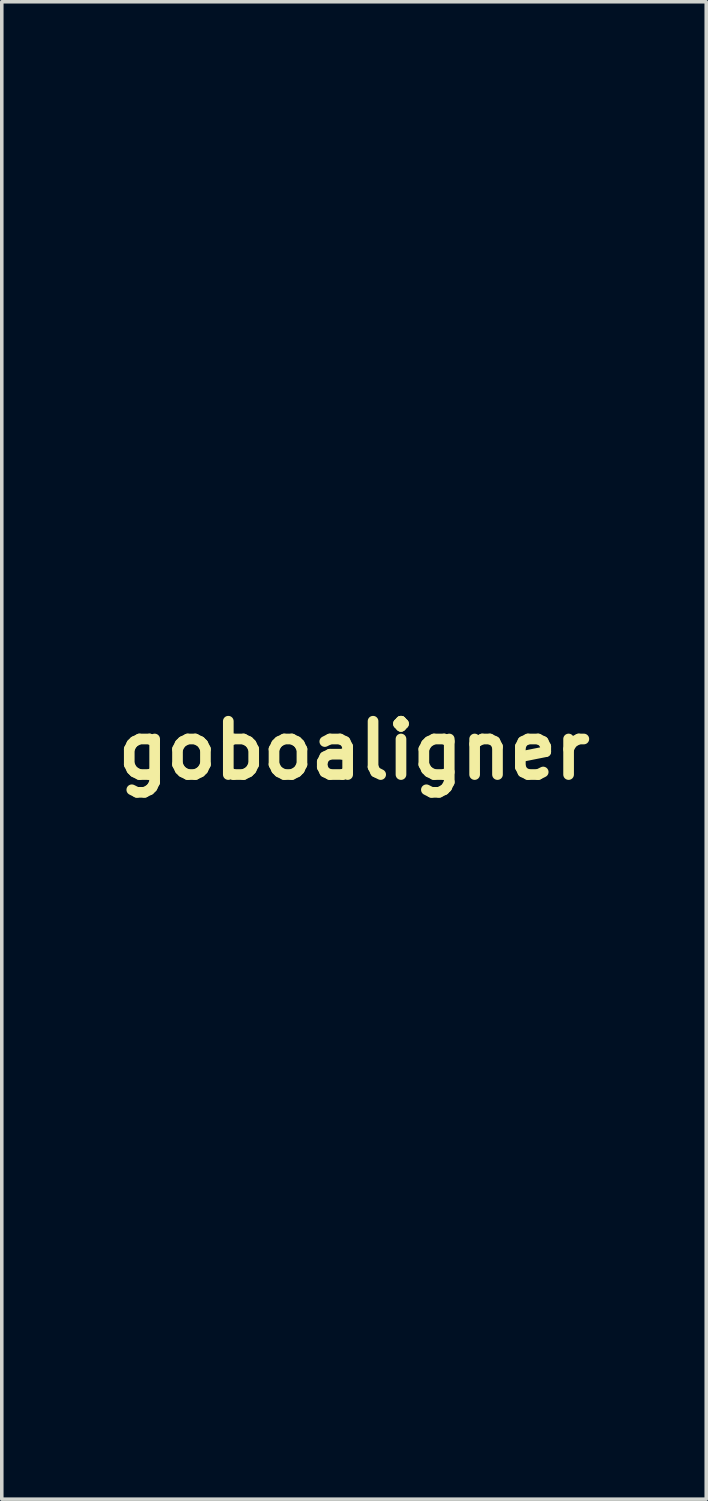
<source format=kicad_pcb>
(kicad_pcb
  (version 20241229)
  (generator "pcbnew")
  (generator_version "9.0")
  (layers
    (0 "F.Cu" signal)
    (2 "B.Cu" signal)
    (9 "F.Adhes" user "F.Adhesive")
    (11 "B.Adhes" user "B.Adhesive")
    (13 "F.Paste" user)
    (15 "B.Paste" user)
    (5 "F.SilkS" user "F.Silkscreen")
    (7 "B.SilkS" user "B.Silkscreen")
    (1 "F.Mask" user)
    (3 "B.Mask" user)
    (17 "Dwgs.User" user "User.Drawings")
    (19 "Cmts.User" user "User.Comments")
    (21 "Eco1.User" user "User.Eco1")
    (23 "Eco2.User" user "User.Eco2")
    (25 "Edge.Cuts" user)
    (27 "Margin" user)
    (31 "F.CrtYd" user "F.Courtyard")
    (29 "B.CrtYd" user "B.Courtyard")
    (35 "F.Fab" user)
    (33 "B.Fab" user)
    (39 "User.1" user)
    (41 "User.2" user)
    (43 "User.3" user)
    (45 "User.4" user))
  (footprint "goboaligner"
    (layer "F.Cu")
    (at 6.907 18.057)
    (property "Reference" "goboaligner" (at 0 0 0) (layer "F.SilkS") (effects (font (size 1.5 1.5) (thickness 0.3))))
    (attr board_only exclude_from_pos_files exclude_from_bom)
    (fp_poly (pts (xy -0.513 -18.056) (xy -0.489 -18.049) (xy -0.45 -18.039) (xy -0.398 -18.024) (xy -0.332 -18.006) (xy -0.254 -17.985) (xy -0.164 -17.96) (xy -0.063 -17.932) (xy 0.048 -17.902) (xy 0.168 -17.868) (xy 0.297 -17.833) (xy 0.434 -17.795) (xy 0.578 -17.755) (xy 0.728 -17.713) (xy 0.884 -17.67) (xy 1.045 -17.626) (xy 1.209 -17.58) (xy 1.377 -17.533) (xy 1.547 -17.486) (xy 1.718 -17.438) (xy 1.891 -17.39) (xy 2.064 -17.342) (xy 2.236 -17.295) (xy 2.407 -17.247) (xy 2.575 -17.2) (xy 2.741 -17.154) (xy 2.902 -17.109) (xy 3.06 -17.065) (xy 3.212 -17.023) (xy 3.358 -16.982) (xy 3.497 -16.943) (xy 3.628 -16.906) (xy 3.752 -16.872) (xy 3.866 -16.84) (xy 3.97 -16.811) (xy 4.063 -16.785) (xy 4.146 -16.762) (xy 4.215 -16.742) (xy 4.272 -16.726) (xy 4.315 -16.714) (xy 4.344 -16.705) (xy 4.357 -16.701) (xy 4.358 -16.701) (xy 4.357 -16.693) (xy 4.351 -16.67) (xy 4.343 -16.634) (xy 4.331 -16.588) (xy 4.318 -16.533) (xy 4.302 -16.471) (xy 4.288 -16.416) (xy 4.056 -15.477) (xy 3.84 -14.54) (xy 3.641 -13.605) (xy 3.459 -12.672) (xy 3.294 -11.742) (xy 3.145 -10.814) (xy 3.013 -9.888) (xy 2.898 -8.965) (xy 2.8 -8.044) (xy 2.719 -7.125) (xy 2.654 -6.208) (xy 2.606 -5.293) (xy 2.591 -4.906) (xy 2.582 -4.638) (xy 2.576 -4.356) (xy 2.57 -4.063) (xy 2.567 -3.761) (xy 2.565 -3.455) (xy 2.564 -3.147) (xy 2.565 -2.839) (xy 2.568 -2.535) (xy 2.572 -2.238) (xy 2.578 -1.949) (xy 2.586 -1.674) (xy 2.591 -1.524) (xy 2.631 -0.628) (xy 2.688 0.265) (xy 2.761 1.154) (xy 2.851 2.041) (xy 2.958 2.925) (xy 3.081 3.807) (xy 3.221 4.686) (xy 3.378 5.563) (xy 3.551 6.437) (xy 3.742 7.31) (xy 3.949 8.181) (xy 4.172 9.05) (xy 4.413 9.918) (xy 4.645 10.702) (xy 4.87 11.418) (xy 5.109 12.139) (xy 5.36 12.861) (xy 5.622 13.581) (xy 5.894 14.297) (xy 6.175 15.003) (xy 6.426 15.608) (xy 6.465 15.699) (xy 6.497 15.775) (xy 6.524 15.839) (xy 6.545 15.89) (xy 6.562 15.931) (xy 6.575 15.962) (xy 6.584 15.985) (xy 6.59 16.001) (xy 6.594 16.012) (xy 6.595 16.018) (xy 6.595 16.021) (xy 6.595 16.022) (xy 6.587 16.025) (xy 6.564 16.035) (xy 6.527 16.052) (xy 6.478 16.074) (xy 6.416 16.101) (xy 6.342 16.134) (xy 6.257 16.171) (xy 6.163 16.213) (xy 6.059 16.259) (xy 5.947 16.308) (xy 5.827 16.361) (xy 5.7 16.417) (xy 5.567 16.476) (xy 5.429 16.536) (xy 5.286 16.599) (xy 5.22 16.628) (xy 5.025 16.714) (xy 4.845 16.794) (xy 4.677 16.867) (xy 4.52 16.937) (xy 4.372 17.001) (xy 4.233 17.063) (xy 4.101 17.121) (xy 3.973 17.177) (xy 3.849 17.232) (xy 3.728 17.285) (xy 3.607 17.339) (xy 3.485 17.392) (xy 3.361 17.447) (xy 3.233 17.503) (xy 3.1 17.562) (xy 2.96 17.623) (xy 2.812 17.689) (xy 2.655 17.758) (xy 2.486 17.832) (xy 2.444 17.851) (xy 2.359 17.888) (xy 2.28 17.923) (xy 2.206 17.955) (xy 2.14 17.984) (xy 2.082 18.009) (xy 2.034 18.03) (xy 1.998 18.046) (xy 1.974 18.056) (xy 1.965 18.059) (xy 1.965 18.059) (xy 1.957 18.053) (xy 1.948 18.036) (xy 1.948 18.036) (xy 1.937 18.012) (xy 1.92 17.973) (xy 1.898 17.923) (xy 1.872 17.862) (xy 1.842 17.792) (xy 1.81 17.716) (xy 1.775 17.635) (xy 1.74 17.551) (xy 1.704 17.465) (xy 1.668 17.38) (xy 1.639 17.31) (xy 1.279 16.427) (xy 0.935 15.537) (xy 0.607 14.642) (xy 0.295 13.741) (xy -0.001 12.835) (xy -0.281 11.924) (xy -0.545 11.008) (xy -0.792 10.088) (xy -1.024 9.164) (xy -1.239 8.236) (xy -1.437 7.305) (xy -1.619 6.37) (xy -1.784 5.433) (xy -1.786 5.423) (xy -1.802 5.326) (xy -1.818 5.226) (xy -1.835 5.125) (xy -1.851 5.025) (xy -1.866 4.928) (xy -1.881 4.837) (xy -1.894 4.754) (xy -1.905 4.68) (xy -1.915 4.618) (xy -1.921 4.571) (xy -1.923 4.561) (xy -1.928 4.525) (xy -1.934 4.502) (xy -1.94 4.49) (xy -1.947 4.487) (xy -1.956 4.489) (xy -1.982 4.492) (xy -2.023 4.498) (xy -2.078 4.506) (xy -2.147 4.516) (xy -2.229 4.528) (xy -2.324 4.542) (xy -2.43 4.557) (xy -2.547 4.575) (xy -2.674 4.593) (xy -2.81 4.613) (xy -2.955 4.635) (xy -3.107 4.657) (xy -3.267 4.681) (xy -3.433 4.705) (xy -3.605 4.73) (xy -3.781 4.757) (xy -3.908 4.775) (xy -4.088 4.802) (xy -4.263 4.828) (xy -4.434 4.853) (xy -4.599 4.877) (xy -4.757 4.901) (xy -4.909 4.923) (xy -5.052 4.944) (xy -5.187 4.964) (xy -5.312 4.983) (xy -5.427 5) (xy -5.531 5.015) (xy -5.623 5.029) (xy -5.703 5.041) (xy -5.77 5.05) (xy -5.823 5.058) (xy -5.86 5.064) (xy -5.883 5.067) (xy -5.889 5.068) (xy -5.923 5.073) (xy -5.959 4.85) (xy -6.076 4.076) (xy -6.182 3.295) (xy -6.275 2.506) (xy -6.356 1.707) (xy -6.425 0.899) (xy -6.482 0.081) (xy -6.527 -0.748) (xy -6.56 -1.588) (xy -6.562 -1.647) (xy -6.568 -1.845) (xy -6.573 -2.038) (xy -6.577 -2.23) (xy -6.58 -2.422) (xy -6.583 -2.618) (xy -6.585 -2.82) (xy -6.586 -3.032) (xy -6.587 -3.255) (xy -6.587 -3.424) (xy -6.587 -4.013) (xy -6.452 -4.013) (xy -6.452 -3.515) (xy -6.445 -2.633) (xy -6.426 -1.76) (xy -6.394 -0.898) (xy -6.35 -0.046) (xy -6.293 0.796) (xy -6.223 1.626) (xy -6.141 2.446) (xy -6.046 3.255) (xy -5.939 4.053) (xy -5.867 4.533) (xy -5.855 4.611) (xy -5.844 4.684) (xy -5.833 4.749) (xy -5.824 4.806) (xy -5.817 4.853) (xy -5.811 4.888) (xy -5.807 4.909) (xy -5.806 4.915) (xy -5.798 4.914) (xy -5.774 4.911) (xy -5.738 4.906) (xy -5.69 4.899) (xy -5.634 4.891) (xy -5.57 4.881) (xy -5.503 4.871) (xy -5.454 4.864) (xy -5.389 4.854) (xy -5.31 4.843) (xy -5.219 4.829) (xy -5.118 4.814) (xy -5.008 4.798) (xy -4.89 4.781) (xy -4.767 4.762) (xy -4.639 4.743) (xy -4.508 4.724) (xy -4.376 4.704) (xy -4.255 4.687) (xy -4.125 4.667) (xy -3.996 4.648) (xy -3.87 4.63) (xy -3.747 4.612) (xy -3.631 4.594) (xy -3.521 4.578) (xy -3.419 4.563) (xy -3.327 4.549) (xy -3.246 4.537) (xy -3.177 4.527) (xy -3.122 4.519) (xy -3.083 4.513) (xy -3.082 4.513) (xy -2.902 4.486) (xy -2.738 4.462) (xy -2.59 4.44) (xy -2.457 4.42) (xy -2.339 4.403) (xy -2.234 4.388) (xy -2.143 4.374) (xy -2.064 4.363) (xy -1.997 4.354) (xy -1.942 4.346) (xy -1.898 4.34) (xy -1.865 4.336) (xy -1.841 4.334) (xy -1.826 4.332) (xy -1.82 4.333) (xy -1.82 4.333) (xy -1.817 4.343) (xy -1.813 4.367) (xy -1.806 4.403) (xy -1.799 4.448) (xy -1.791 4.5) (xy -1.787 4.525) (xy -1.738 4.853) (xy -1.683 5.195) (xy -1.624 5.547) (xy -1.561 5.907) (xy -1.495 6.273) (xy -1.425 6.642) (xy -1.353 7.012) (xy -1.308 7.239) (xy -1.124 8.11) (xy -0.924 8.982) (xy -0.709 9.854) (xy -0.478 10.724) (xy -0.233 11.592) (xy 0.027 12.456) (xy 0.301 13.315) (xy 0.588 14.168) (xy 0.889 15.013) (xy 1.202 15.85) (xy 1.529 16.677) (xy 1.867 17.494) (xy 1.897 17.564) (xy 1.924 17.628) (xy 1.95 17.687) (xy 1.972 17.741) (xy 1.992 17.787) (xy 2.007 17.822) (xy 2.017 17.846) (xy 2.02 17.854) (xy 2.032 17.881) (xy 2.081 17.859) (xy 2.092 17.854) (xy 2.119 17.842) (xy 2.16 17.824) (xy 2.214 17.8) (xy 2.282 17.77) (xy 2.361 17.735) (xy 2.453 17.695) (xy 2.555 17.65) (xy 2.668 17.6) (xy 2.79 17.546) (xy 2.921 17.488) (xy 3.061 17.427) (xy 3.209 17.362) (xy 3.364 17.294) (xy 3.525 17.223) (xy 3.692 17.149) (xy 3.864 17.073) (xy 4.041 16.995) (xy 4.222 16.915) (xy 4.271 16.894) (xy 4.453 16.814) (xy 4.63 16.736) (xy 4.802 16.66) (xy 4.969 16.586) (xy 5.13 16.515) (xy 5.285 16.447) (xy 5.432 16.382) (xy 5.572 16.32) (xy 5.703 16.262) (xy 5.825 16.208) (xy 5.938 16.159) (xy 6.04 16.114) (xy 6.131 16.073) (xy 6.211 16.038) (xy 6.279 16.008) (xy 6.333 15.984) (xy 6.375 15.966) (xy 6.402 15.954) (xy 6.415 15.948) (xy 6.415 15.948) (xy 6.413 15.94) (xy 6.405 15.919) (xy 6.391 15.887) (xy 6.375 15.846) (xy 6.355 15.799) (xy 6.349 15.786) (xy 6.032 15.023) (xy 5.726 14.251) (xy 5.432 13.472) (xy 5.151 12.689) (xy 4.883 11.903) (xy 4.629 11.117) (xy 4.389 10.333) (xy 4.246 9.838) (xy 4.008 8.971) (xy 3.787 8.103) (xy 3.582 7.235) (xy 3.394 6.366) (xy 3.224 5.495) (xy 3.069 4.622) (xy 2.931 3.748) (xy 2.81 2.87) (xy 2.706 1.99) (xy 2.617 1.107) (xy 2.545 0.22) (xy 2.489 -0.671) (xy 2.456 -1.41) (xy 2.45 -1.547) (xy 2.446 -1.678) (xy 2.442 -1.803) (xy 2.439 -1.925) (xy 2.436 -2.047) (xy 2.433 -2.169) (xy 2.431 -2.294) (xy 2.43 -2.425) (xy 2.428 -2.562) (xy 2.427 -2.708) (xy 2.427 -2.866) (xy 2.426 -3.036) (xy 2.426 -3.213) (xy 2.426 -3.39) (xy 2.427 -3.552) (xy 2.427 -3.702) (xy 2.428 -3.841) (xy 2.429 -3.971) (xy 2.431 -4.094) (xy 2.432 -4.214) (xy 2.435 -4.331) (xy 2.437 -4.448) (xy 2.441 -4.567) (xy 2.444 -4.69) (xy 2.449 -4.819) (xy 2.454 -4.956) (xy 2.459 -5.103) (xy 2.46 -5.122) (xy 2.503 -6.015) (xy 2.562 -6.911) (xy 2.637 -7.811) (xy 2.729 -8.714) (xy 2.837 -9.62) (xy 2.962 -10.53) (xy 3.104 -11.444) (xy 3.261 -12.362) (xy 3.436 -13.283) (xy 3.626 -14.208) (xy 3.833 -15.136) (xy 4.057 -16.069) (xy 4.098 -16.231) (xy 4.117 -16.307) (xy 4.134 -16.378) (xy 4.149 -16.442) (xy 4.162 -16.498) (xy 4.173 -16.544) (xy 4.18 -16.578) (xy 4.184 -16.598) (xy 4.184 -16.604) (xy 4.176 -16.607) (xy 4.151 -16.614) (xy 4.113 -16.625) (xy 4.06 -16.64) (xy 3.994 -16.658) (xy 3.916 -16.68) (xy 3.826 -16.705) (xy 3.726 -16.734) (xy 3.615 -16.765) (xy 3.496 -16.798) (xy 3.368 -16.834) (xy 3.233 -16.872) (xy 3.09 -16.912) (xy 2.942 -16.953) (xy 2.789 -16.996) (xy 2.631 -17.04) (xy 2.469 -17.085) (xy 2.305 -17.131) (xy 2.139 -17.177) (xy 1.971 -17.224) (xy 1.803 -17.271) (xy 1.636 -17.317) (xy 1.469 -17.364) (xy 1.305 -17.41) (xy 1.143 -17.455) (xy 0.985 -17.499) (xy 0.831 -17.541) (xy 0.682 -17.583) (xy 0.539 -17.622) (xy 0.403 -17.66) (xy 0.274 -17.696) (xy 0.154 -17.729) (xy 0.043 -17.76) (xy -0.059 -17.788) (xy -0.15 -17.813) (xy -0.229 -17.835) (xy -0.296 -17.854) (xy -0.35 -17.869) (xy -0.391 -17.879) (xy -0.416 -17.886) (xy -0.426 -17.889) (xy -0.427 -17.889) (xy -0.429 -17.88) (xy -0.436 -17.857) (xy -0.446 -17.823) (xy -0.458 -17.778) (xy -0.472 -17.726) (xy -0.486 -17.674) (xy -0.721 -16.78) (xy -0.94 -15.889) (xy -1.142 -15) (xy -1.329 -14.111) (xy -1.501 -13.222) (xy -1.657 -12.332) (xy -1.797 -11.438) (xy -1.923 -10.541) (xy -2.034 -9.639) (xy -2.131 -8.73) (xy -2.213 -7.814) (xy -2.218 -7.755) (xy -2.241 -7.452) (xy -2.263 -7.139) (xy -2.284 -6.819) (xy -2.303 -6.495) (xy -2.32 -6.171) (xy -2.335 -5.848) (xy -2.348 -5.53) (xy -2.359 -5.22) (xy -2.368 -4.92) (xy -2.374 -4.633) (xy -2.375 -4.58) (xy -2.376 -4.502) (xy -2.378 -4.421) (xy -2.379 -4.342) (xy -2.381 -4.268) (xy -2.382 -4.201) (xy -2.384 -4.146) (xy -2.385 -4.124) (xy -2.39 -3.968) (xy -2.903 -3.974) (xy -2.974 -3.975) (xy -3.06 -3.976) (xy -3.16 -3.977) (xy -3.272 -3.978) (xy -3.396 -3.979) (xy -3.529 -3.98) (xy -3.669 -3.982) (xy -3.817 -3.983) (xy -3.969 -3.985) (xy -4.124 -3.986) (xy -4.282 -3.988) (xy -4.44 -3.989) (xy -4.597 -3.991) (xy -4.682 -3.992) (xy -4.832 -3.993) (xy -4.98 -3.995) (xy -5.126 -3.996) (xy -5.268 -3.998) (xy -5.404 -3.999) (xy -5.534 -4) (xy -5.657 -4.002) (xy -5.77 -4.003) (xy -5.874 -4.004) (xy -5.967 -4.005) (xy -6.047 -4.006) (xy -6.114 -4.007) (xy -6.167 -4.008) (xy -6.2 -4.008) (xy -6.452 -4.013) (xy -6.587 -4.013) (xy -6.587 -4.151) (xy -6.077 -4.146) (xy -6.007 -4.145) (xy -5.922 -4.144) (xy -5.822 -4.143) (xy -5.71 -4.142) (xy -5.587 -4.14) (xy -5.455 -4.139) (xy -5.315 -4.138) (xy -5.168 -4.136) (xy -5.016 -4.135) (xy -4.86 -4.133) (xy -4.702 -4.132) (xy -4.544 -4.13) (xy -4.386 -4.129) (xy -4.288 -4.128) (xy -4.138 -4.126) (xy -3.989 -4.125) (xy -3.843 -4.123) (xy -3.702 -4.122) (xy -3.565 -4.12) (xy -3.435 -4.119) (xy -3.313 -4.118) (xy -3.199 -4.117) (xy -3.095 -4.115) (xy -3.003 -4.114) (xy -2.922 -4.113) (xy -2.856 -4.113) (xy -2.803 -4.112) (xy -2.768 -4.111) (xy -2.525 -4.107) (xy -2.52 -4.384) (xy -2.513 -4.688) (xy -2.505 -4.977) (xy -2.497 -5.254) (xy -2.488 -5.523) (xy -2.477 -5.786) (xy -2.466 -6.045) (xy -2.453 -6.303) (xy -2.439 -6.563) (xy -2.423 -6.827) (xy -2.409 -7.048) (xy -2.338 -7.987) (xy -2.252 -8.926) (xy -2.148 -9.864) (xy -2.029 -10.801) (xy -1.893 -11.736) (xy -1.74 -12.668) (xy -1.572 -13.597) (xy -1.387 -14.521) (xy -1.187 -15.441) (xy -0.971 -16.355) (xy -0.872 -16.751) (xy -0.847 -16.85) (xy -0.821 -16.953) (xy -0.793 -17.058) (xy -0.766 -17.164) (xy -0.738 -17.27) (xy -0.71 -17.374) (xy -0.683 -17.476) (xy -0.657 -17.574) (xy -0.632 -17.666) (xy -0.609 -17.752) (xy -0.588 -17.829) (xy -0.569 -17.898) (xy -0.553 -17.956) (xy -0.539 -18.002) (xy -0.529 -18.035) (xy -0.523 -18.054) (xy -0.521 -18.057)) (stroke (width 0) (type solid)) (fill yes) (layer "F.Mask"))
    (fp_poly (pts (xy 2.676 11.492) (xy 2.832 11.509) (xy 2.986 11.541) (xy 3.135 11.587) (xy 3.278 11.647) (xy 3.416 11.721) (xy 3.545 11.807) (xy 3.667 11.907) (xy 3.778 12.018) (xy 3.879 12.14) (xy 3.968 12.274) (xy 4.016 12.361) (xy 4.086 12.515) (xy 4.139 12.671) (xy 4.176 12.83) (xy 4.196 12.992) (xy 4.199 13.103) (xy 4.191 13.268) (xy 4.167 13.428) (xy 4.128 13.583) (xy 4.075 13.731) (xy 4.007 13.873) (xy 3.927 14.006) (xy 3.834 14.132) (xy 3.73 14.247) (xy 3.614 14.353) (xy 3.489 14.447) (xy 3.353 14.529) (xy 3.209 14.598) (xy 3.056 14.654) (xy 2.896 14.696) (xy 2.857 14.703) (xy 2.802 14.711) (xy 2.734 14.717) (xy 2.658 14.72) (xy 2.578 14.721) (xy 2.499 14.72) (xy 2.425 14.716) (xy 2.36 14.711) (xy 2.333 14.707) (xy 2.172 14.673) (xy 2.017 14.625) (xy 1.871 14.562) (xy 1.733 14.486) (xy 1.604 14.398) (xy 1.484 14.298) (xy 1.375 14.187) (xy 1.278 14.067) (xy 1.192 13.937) (xy 1.119 13.799) (xy 1.059 13.654) (xy 1.013 13.502) (xy 0.982 13.345) (xy 0.967 13.182) (xy 0.965 13.106) (xy 0.973 12.942) (xy 0.997 12.783) (xy 1.037 12.628) (xy 1.09 12.48) (xy 1.158 12.338) (xy 1.238 12.204) (xy 1.331 12.079) (xy 1.436 11.963) (xy 1.552 11.858) (xy 1.678 11.764) (xy 1.814 11.682) (xy 1.958 11.613) (xy 2.111 11.559) (xy 2.197 11.535) (xy 2.357 11.505) (xy 2.517 11.49)) (stroke (width 0) (type solid)) (fill yes) (layer "F.Paste"))
    (fp_poly (pts (xy 0.855 -14.813) (xy 0.906 -14.809) (xy 1.074 -14.785) (xy 1.236 -14.746) (xy 1.39 -14.691) (xy 1.537 -14.623) (xy 1.676 -14.54) (xy 1.806 -14.442) (xy 1.914 -14.343) (xy 2.026 -14.219) (xy 2.124 -14.086) (xy 2.207 -13.946) (xy 2.275 -13.8) (xy 2.328 -13.647) (xy 2.365 -13.49) (xy 2.386 -13.328) (xy 2.391 -13.164) (xy 2.387 -13.081) (xy 2.367 -12.918) (xy 2.332 -12.76) (xy 2.282 -12.609) (xy 2.218 -12.465) (xy 2.141 -12.329) (xy 2.051 -12.202) (xy 1.95 -12.084) (xy 1.838 -11.976) (xy 1.716 -11.88) (xy 1.584 -11.795) (xy 1.444 -11.723) (xy 1.296 -11.664) (xy 1.14 -11.619) (xy 0.979 -11.59) (xy 0.919 -11.583) (xy 0.857 -11.578) (xy 0.794 -11.576) (xy 0.734 -11.576) (xy 0.683 -11.578) (xy 0.665 -11.579) (xy 0.645 -11.582) (xy 0.614 -11.585) (xy 0.577 -11.59) (xy 0.559 -11.592) (xy 0.412 -11.617) (xy 0.266 -11.658) (xy 0.122 -11.714) (xy -0.017 -11.784) (xy -0.149 -11.867) (xy -0.273 -11.962) (xy -0.388 -12.068) (xy -0.491 -12.184) (xy -0.494 -12.187) (xy -0.55 -12.264) (xy -0.605 -12.352) (xy -0.658 -12.445) (xy -0.705 -12.54) (xy -0.744 -12.631) (xy -0.761 -12.679) (xy -0.804 -12.837) (xy -0.832 -12.999) (xy -0.844 -13.162) (xy -0.839 -13.325) (xy -0.818 -13.486) (xy -0.808 -13.536) (xy -0.765 -13.695) (xy -0.707 -13.848) (xy -0.633 -13.995) (xy -0.544 -14.134) (xy -0.442 -14.264) (xy -0.41 -14.3) (xy -0.298 -14.409) (xy -0.175 -14.506) (xy -0.043 -14.591) (xy 0.097 -14.664) (xy 0.243 -14.723) (xy 0.393 -14.768) (xy 0.547 -14.798) (xy 0.701 -14.813)) (stroke (width 0) (type solid)) (fill yes) (layer "F.Paste")))
  (gr_rect
    (start -3 -3)
    (end 16.814 39.117)
    (stroke (width 0.1) (type default))
    (fill no)
    (layer "Edge.Cuts")))
</source>
